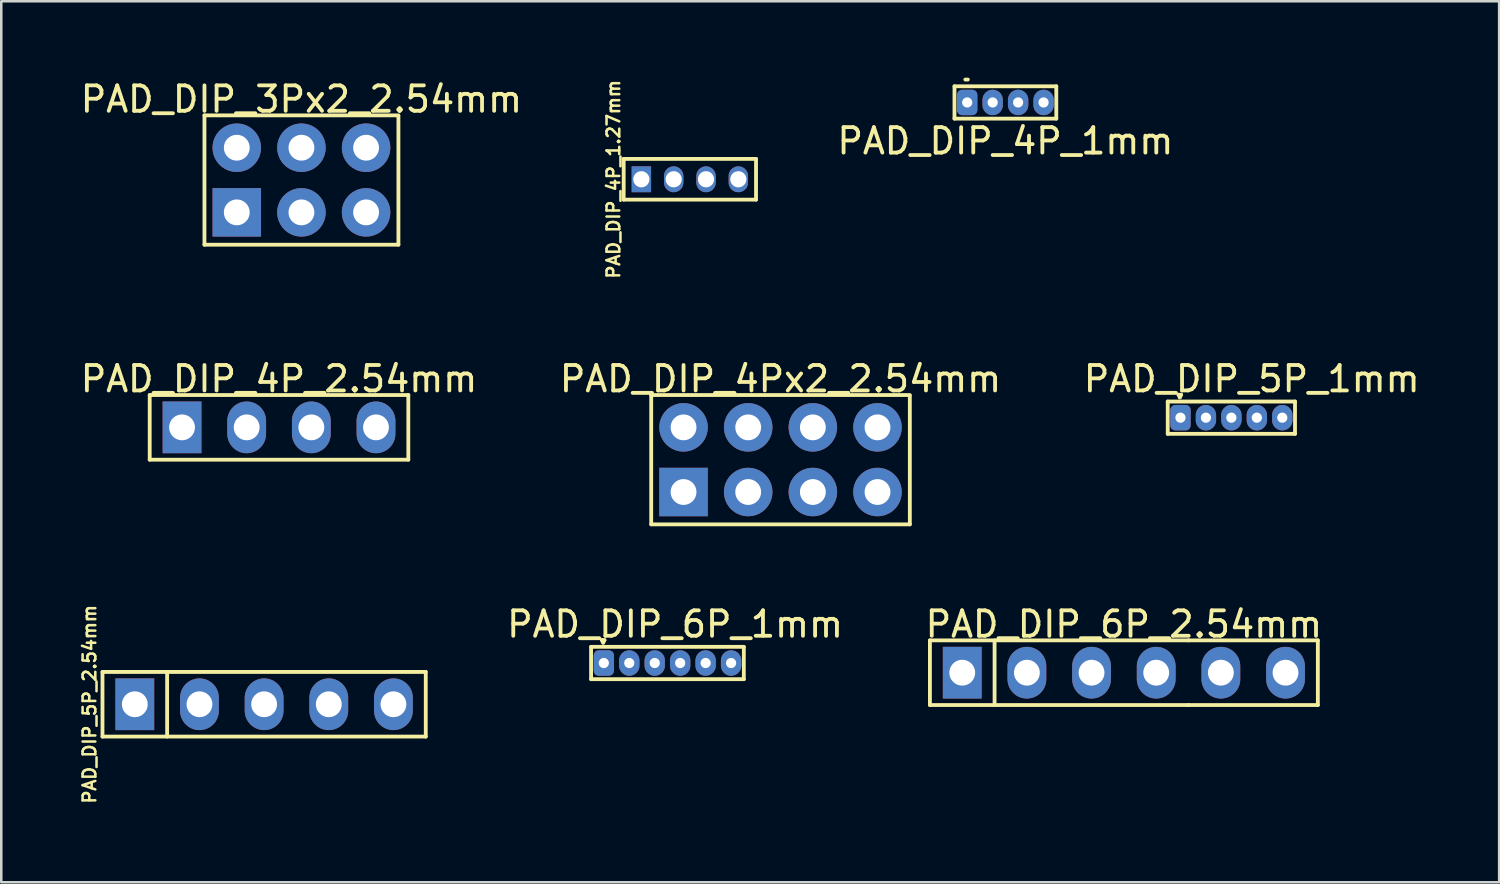
<source format=kicad_pcb>
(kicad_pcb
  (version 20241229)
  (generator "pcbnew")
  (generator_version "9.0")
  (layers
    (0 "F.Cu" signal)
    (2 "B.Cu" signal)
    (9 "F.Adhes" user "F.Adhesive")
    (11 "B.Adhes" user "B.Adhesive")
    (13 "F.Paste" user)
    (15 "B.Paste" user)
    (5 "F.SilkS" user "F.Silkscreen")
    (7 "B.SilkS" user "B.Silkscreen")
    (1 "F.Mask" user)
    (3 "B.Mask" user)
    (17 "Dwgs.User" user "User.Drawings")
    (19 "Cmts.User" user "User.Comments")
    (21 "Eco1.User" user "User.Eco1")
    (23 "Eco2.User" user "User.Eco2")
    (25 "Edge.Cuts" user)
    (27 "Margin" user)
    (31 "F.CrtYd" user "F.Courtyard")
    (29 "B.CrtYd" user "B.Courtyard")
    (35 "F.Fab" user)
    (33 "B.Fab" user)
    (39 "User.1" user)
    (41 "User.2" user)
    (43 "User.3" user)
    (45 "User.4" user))
  (footprint "PAD_DIP_4P_1mm"
    (layer "F.Cu")
    (at 36.447 0.99)
    (property "Reference" "PAD_DIP_4P_1mm" (at 0 1.5 0) (layer "F.SilkS") (effects (font (size 1 1) (thickness 0.15))))
    (attr through_hole)
    (fp_line (start -2 -0.65) (end -2 0.62) (stroke (width 0.15) (type solid)) (layer "F.SilkS"))
    (fp_line (start -2 -0.65) (end 2 -0.65) (stroke (width 0.15) (type solid)) (layer "F.SilkS"))
    (fp_line (start -2 0.62) (end 2 0.62) (stroke (width 0.15) (type solid)) (layer "F.SilkS"))
    (fp_line (start -1.575 -0.915) (end -1.475 -0.915) (stroke (width 0.15) (type solid)) (layer "F.SilkS"))
    (fp_line (start 2 -0.65) (end 2 0.62) (stroke (width 0.15) (type solid)) (layer "F.SilkS"))
    (pad "1" thru_hole roundrect (at -1.5 -0.015) (size 0.8 1) (drill 0.4) (layers "*.Cu" "*.Mask") (roundrect_rratio 0.25))
    (pad "2" thru_hole oval (at -0.5 -0.015) (size 0.8 1) (drill 0.4) (layers "*.Cu" "*.Mask"))
    (pad "3" thru_hole oval (at 0.5 -0.015) (size 0.8 1) (drill 0.4) (layers "*.Cu" "*.Mask"))
    (pad "4" thru_hole oval (at 1.5 -0.015) (size 0.8 1) (drill 0.4) (layers "*.Cu" "*.Mask")))
  (footprint "PAD_DIP_4P_2.54mm"
    (layer "F.Cu")
    (at 7.911 13.739)
    (property "Reference" "PAD_DIP_4P_2.54mm" (at 0 -1.905 0) (layer "F.SilkS") (effects (font (size 1 1) (thickness 0.15))))
    (attr through_hole)
    (fp_line (start -5.08 -1.27) (end -5.08 1.27) (stroke (width 0.15) (type solid)) (layer "F.SilkS"))
    (fp_line (start -5.08 1.27) (end 5.08 1.27) (stroke (width 0.15) (type solid)) (layer "F.SilkS"))
    (fp_line (start 5.08 -1.27) (end -5.08 -1.27) (stroke (width 0.15) (type solid)) (layer "F.SilkS"))
    (fp_line (start 5.08 1.27) (end 5.08 -1.27) (stroke (width 0.15) (type solid)) (layer "F.SilkS"))
    (pad "1" thru_hole rect (at -3.81 0) (size 1.524 2.032) (drill 1.016) (layers "*.Cu" "*.Mask"))
    (pad "2" thru_hole oval (at -1.27 0) (size 1.524 2.032) (drill 1.016) (layers "*.Cu" "*.Mask"))
    (pad "3" thru_hole oval (at 1.27 0) (size 1.524 2.032) (drill 1.016) (layers "*.Cu" "*.Mask"))
    (pad "4" thru_hole oval (at 3.81 0) (size 1.524 2.032) (drill 1.016) (layers "*.Cu" "*.Mask")))
  (footprint "PAD_DIP_5P_2.54mm"
    (layer "F.Cu")
    (at 7.326 24.617)
    (property "Reference" "PAD_DIP_5P_2.54mm" (at -6.858 0 90) (layer "F.SilkS") (effects (font (size 0.5 0.5) (thickness 0.1))))
    (attr through_hole)
    (fp_line (start -6.35 -1.27) (end 6.35 -1.27) (stroke (width 0.15) (type solid)) (layer "F.SilkS"))
    (fp_line (start -6.35 1.27) (end -6.35 -1.27) (stroke (width 0.15) (type solid)) (layer "F.SilkS"))
    (fp_line (start -3.81 -1.27) (end -3.81 1.27) (stroke (width 0.15) (type solid)) (layer "F.SilkS"))
    (fp_line (start 6.35 -1.27) (end 6.35 1.27) (stroke (width 0.15) (type solid)) (layer "F.SilkS"))
    (fp_line (start 6.35 1.27) (end -6.35 1.27) (stroke (width 0.15) (type solid)) (layer "F.SilkS"))
    (pad "1" thru_hole rect (at -5.08 0) (size 1.524 2.032) (drill 1.016) (layers "*.Cu" "*.Mask"))
    (pad "2" thru_hole oval (at -2.54 0) (size 1.524 2.032) (drill 1.016) (layers "*.Cu" "*.Mask"))
    (pad "3" thru_hole oval (at 0 0) (size 1.524 2.032) (drill 1.016) (layers "*.Cu" "*.Mask"))
    (pad "4" thru_hole oval (at 2.54 0) (size 1.524 2.032) (drill 1.016) (layers "*.Cu" "*.Mask"))
    (pad "5" thru_hole oval (at 5.08 0) (size 1.524 2.032) (drill 1.016) (layers "*.Cu" "*.Mask")))
  (footprint "PAD_DIP_6P_1mm"
    (layer "F.Cu")
    (at 20.671 22.997)
    (property "Reference" "PAD_DIP_6P_1mm" (at 2.8 -1.525 0) (layer "F.SilkS") (effects (font (size 1 1) (thickness 0.15))))
    (attr through_hole)
    (fp_line (start -0.5 -0.635) (end -0.5 0.635) (stroke (width 0.15) (type solid)) (layer "F.SilkS"))
    (fp_line (start -0.5 -0.635) (end 5.5 -0.635) (stroke (width 0.15) (type solid)) (layer "F.SilkS"))
    (fp_line (start -0.5 0.635) (end 5.5 0.635) (stroke (width 0.15) (type solid)) (layer "F.SilkS"))
    (fp_line (start -0.075 -0.9) (end 0.025 -0.9) (stroke (width 0.15) (type solid)) (layer "F.SilkS"))
    (fp_line (start -0.025 -0.8) (end -0.075 -0.9) (stroke (width 0.15) (type solid)) (layer "F.SilkS"))
    (fp_line (start 0.025 -0.9) (end -0.025 -0.8) (stroke (width 0.15) (type solid)) (layer "F.SilkS"))
    (fp_line (start 5.5 -0.635) (end 5.5 0.635) (stroke (width 0.15) (type solid)) (layer "F.SilkS"))
    (pad "1" thru_hole roundrect (at 0 0) (size 0.8 1) (drill 0.4) (layers "*.Cu" "*.Mask") (roundrect_rratio 0.25))
    (pad "2" thru_hole oval (at 1 0) (size 0.8 1) (drill 0.4) (layers "*.Cu" "*.Mask"))
    (pad "3" thru_hole oval (at 2 0) (size 0.8 1) (drill 0.4) (layers "*.Cu" "*.Mask"))
    (pad "4" thru_hole oval (at 3 0) (size 0.8 1) (drill 0.4) (layers "*.Cu" "*.Mask"))
    (pad "5" thru_hole oval (at 4 0) (size 0.8 1) (drill 0.4) (layers "*.Cu" "*.Mask"))
    (pad "6" thru_hole oval (at 5 0) (size 0.8 1) (drill 0.4) (layers "*.Cu" "*.Mask")))
  (footprint "PAD_DIP_5P_1mm"
    (layer "F.Cu")
    (at 43.325 13.359)
    (property "Reference" "PAD_DIP_5P_1mm" (at 2.8 -1.525 0) (layer "F.SilkS") (effects (font (size 1 1) (thickness 0.15))))
    (attr through_hole)
    (fp_line (start -0.5 -0.635) (end -0.5 0.635) (stroke (width 0.15) (type solid)) (layer "F.SilkS"))
    (fp_line (start -0.5 -0.635) (end 4.5 -0.635) (stroke (width 0.15) (type solid)) (layer "F.SilkS"))
    (fp_line (start -0.5 0.635) (end 4.5 0.635) (stroke (width 0.15) (type solid)) (layer "F.SilkS"))
    (fp_line (start -0.075 -0.9) (end 0.025 -0.9) (stroke (width 0.15) (type solid)) (layer "F.SilkS"))
    (fp_line (start -0.025 -0.8) (end -0.075 -0.9) (stroke (width 0.15) (type solid)) (layer "F.SilkS"))
    (fp_line (start 0.025 -0.9) (end -0.025 -0.8) (stroke (width 0.15) (type solid)) (layer "F.SilkS"))
    (fp_line (start 4.5 -0.635) (end 4.5 0.635) (stroke (width 0.15) (type solid)) (layer "F.SilkS"))
    (pad "1" thru_hole roundrect (at 0 0) (size 0.8 1) (drill 0.4) (layers "*.Cu" "*.Mask") (roundrect_rratio 0.25))
    (pad "2" thru_hole oval (at 1 0) (size 0.8 1) (drill 0.4) (layers "*.Cu" "*.Mask"))
    (pad "3" thru_hole oval (at 2 0) (size 0.8 1) (drill 0.4) (layers "*.Cu" "*.Mask"))
    (pad "4" thru_hole oval (at 3 0) (size 0.8 1) (drill 0.4) (layers "*.Cu" "*.Mask"))
    (pad "5" thru_hole oval (at 4 0) (size 0.8 1) (drill 0.4) (layers "*.Cu" "*.Mask")))
  (footprint "PAD_DIP_6P_2.54mm"
    (layer "F.Cu")
    (at 41.102 23.377)
    (property "Reference" "PAD_DIP_6P_2.54mm" (at 0 -1.905 0) (layer "F.SilkS") (effects (font (size 1 1) (thickness 0.15))))
    (attr through_hole)
    (fp_line (start -7.62 -1.27) (end -7.62 1.27) (stroke (width 0.15) (type solid)) (layer "F.SilkS"))
    (fp_line (start -7.62 1.27) (end 2.54 1.27) (stroke (width 0.15) (type solid)) (layer "F.SilkS"))
    (fp_line (start -5.08 -1.27) (end -5.08 1.27) (stroke (width 0.15) (type solid)) (layer "F.SilkS"))
    (fp_line (start 2.54 -1.27) (end -7.62 -1.27) (stroke (width 0.15) (type solid)) (layer "F.SilkS"))
    (fp_line (start 2.54 -1.27) (end 7.62 -1.27) (stroke (width 0.15) (type solid)) (layer "F.SilkS"))
    (fp_line (start 2.54 1.27) (end 7.62 1.27) (stroke (width 0.15) (type solid)) (layer "F.SilkS"))
    (fp_line (start 7.62 1.27) (end 7.62 -1.27) (stroke (width 0.15) (type solid)) (layer "F.SilkS"))
    (pad "1" thru_hole rect (at -6.35 0) (size 1.524 2.032) (drill 1.016) (layers "*.Cu" "*.Mask"))
    (pad "2" thru_hole oval (at -3.81 0) (size 1.524 2.032) (drill 1.016) (layers "*.Cu" "*.Mask"))
    (pad "3" thru_hole oval (at -1.27 0) (size 1.524 2.032) (drill 1.016) (layers "*.Cu" "*.Mask"))
    (pad "4" thru_hole oval (at 1.27 0) (size 1.524 2.032) (drill 1.016) (layers "*.Cu" "*.Mask"))
    (pad "5" thru_hole oval (at 3.81 0) (size 1.524 2.032) (drill 1.016) (layers "*.Cu" "*.Mask"))
    (pad "6" thru_hole oval (at 6.35 0) (size 1.524 2.032) (drill 1.016) (layers "*.Cu" "*.Mask")))
  (footprint "PAD_DIP_4P_1.27mm"
    (layer "F.Cu")
    (at 24.051 3.993)
    (property "Reference" "PAD_DIP_4P_1.27mm" (at -3 0 90) (layer "F.SilkS") (effects (font (size 0.5 0.5) (thickness 0.1))))
    (attr through_hole)
    (fp_line (start -2.6 -0.8) (end -2.6 0.8) (stroke (width 0.15) (type solid)) (layer "F.SilkS"))
    (fp_line (start -2.6 0.8) (end 2.6 0.8) (stroke (width 0.15) (type solid)) (layer "F.SilkS"))
    (fp_line (start 2.6 -0.8) (end -2.6 -0.8) (stroke (width 0.15) (type solid)) (layer "F.SilkS"))
    (fp_line (start 2.6 0.8) (end 2.6 -0.8) (stroke (width 0.15) (type solid)) (layer "F.SilkS"))
    (pad "1" thru_hole rect (at -1.905 0) (size 0.762 1.016) (drill 0.635) (layers "*.Cu" "*.Mask"))
    (pad "2" thru_hole oval (at -0.635 0) (size 0.762 1.016) (drill 0.635) (layers "*.Cu" "*.Mask"))
    (pad "3" thru_hole oval (at 0.635 0) (size 0.762 1.016) (drill 0.635) (layers "*.Cu" "*.Mask"))
    (pad "4" thru_hole oval (at 1.905 0) (size 0.762 1.016) (drill 0.635) (layers "*.Cu" "*.Mask")))
  (footprint "PAD_DIP_4Px2_2.54mm"
    (layer "F.Cu")
    (at 27.613 15.009)
    (property "Reference" "PAD_DIP_4Px2_2.54mm" (at 0 -3.175 180) (layer "F.SilkS") (effects (font (size 1 1) (thickness 0.15))))
    (attr through_hole)
    (fp_line (start -5.08 -2.54) (end 5.08 -2.54) (stroke (width 0.15) (type solid)) (layer "F.SilkS"))
    (fp_line (start -5.08 2.54) (end -5.08 -2.54) (stroke (width 0.15) (type solid)) (layer "F.SilkS"))
    (fp_line (start 5.08 -2.502) (end 5.08 2.54) (stroke (width 0.15) (type solid)) (layer "F.SilkS"))
    (fp_line (start 5.08 2.54) (end -5.08 2.54) (stroke (width 0.15) (type solid)) (layer "F.SilkS"))
    (pad "1" thru_hole rect (at -3.81 1.27 90) (size 1.905 1.905) (drill oval 1.016) (layers "*.Cu" "*.Mask"))
    (pad "2" thru_hole circle (at -3.81 -1.27 90) (size 1.905 1.905) (drill oval 1.016) (layers "*.Cu" "*.Mask"))
    (pad "3" thru_hole circle (at -1.27 1.27 90) (size 1.905 1.905) (drill oval 1.016) (layers "*.Cu" "*.Mask"))
    (pad "4" thru_hole circle (at -1.27 -1.27 90) (size 1.905 1.905) (drill oval 1.016) (layers "*.Cu" "*.Mask"))
    (pad "5" thru_hole circle (at 1.27 1.27 90) (size 1.905 1.905) (drill oval 1.016) (layers "*.Cu" "*.Mask"))
    (pad "6" thru_hole circle (at 1.27 -1.27 90) (size 1.905 1.905) (drill oval 1.016) (layers "*.Cu" "*.Mask"))
    (pad "7" thru_hole circle (at 3.81 1.27) (size 1.905 1.905) (drill 1.016) (layers "*.Cu" "*.Mask"))
    (pad "8" thru_hole circle (at 3.81 -1.27) (size 1.905 1.905) (drill 1.016) (layers "*.Cu" "*.Mask")))
  (footprint "PAD_DIP_3Px2_2.54mm"
    (layer "F.Cu")
    (at 8.792 4.023)
    (property "Reference" "PAD_DIP_3Px2_2.54mm" (at 0 -3.175 180) (layer "F.SilkS") (effects (font (size 1 1) (thickness 0.15))))
    (attr through_hole)
    (fp_line (start -3.81 -2.54) (end 3.81 -2.54) (stroke (width 0.15) (type solid)) (layer "F.SilkS"))
    (fp_line (start -3.81 2.54) (end -3.81 -2.54) (stroke (width 0.15) (type solid)) (layer "F.SilkS"))
    (fp_line (start 3.81 -2.502) (end 3.81 2.54) (stroke (width 0.15) (type solid)) (layer "F.SilkS"))
    (fp_line (start 3.81 2.54) (end -3.81 2.54) (stroke (width 0.15) (type solid)) (layer "F.SilkS"))
    (pad "1" thru_hole rect (at -2.54 1.27 90) (size 1.905 1.905) (drill oval 1.016) (layers "*.Cu" "*.Mask"))
    (pad "2" thru_hole circle (at -2.54 -1.27 90) (size 1.905 1.905) (drill oval 1.016) (layers "*.Cu" "*.Mask"))
    (pad "3" thru_hole circle (at 0 1.27 90) (size 1.905 1.905) (drill oval 1.016) (layers "*.Cu" "*.Mask"))
    (pad "4" thru_hole circle (at 0 -1.27 90) (size 1.905 1.905) (drill oval 1.016) (layers "*.Cu" "*.Mask"))
    (pad "5" thru_hole circle (at 2.54 1.27 90) (size 1.905 1.905) (drill oval 1.016) (layers "*.Cu" "*.Mask"))
    (pad "6" thru_hole circle (at 2.54 -1.27 90) (size 1.905 1.905) (drill oval 1.016) (layers "*.Cu" "*.Mask")))
  (gr_rect
    (start -3 -3)
    (end 55.845 31.61)
    (stroke (width 0.1) (type default))
    (fill no)
    (layer "Edge.Cuts")))
</source>
